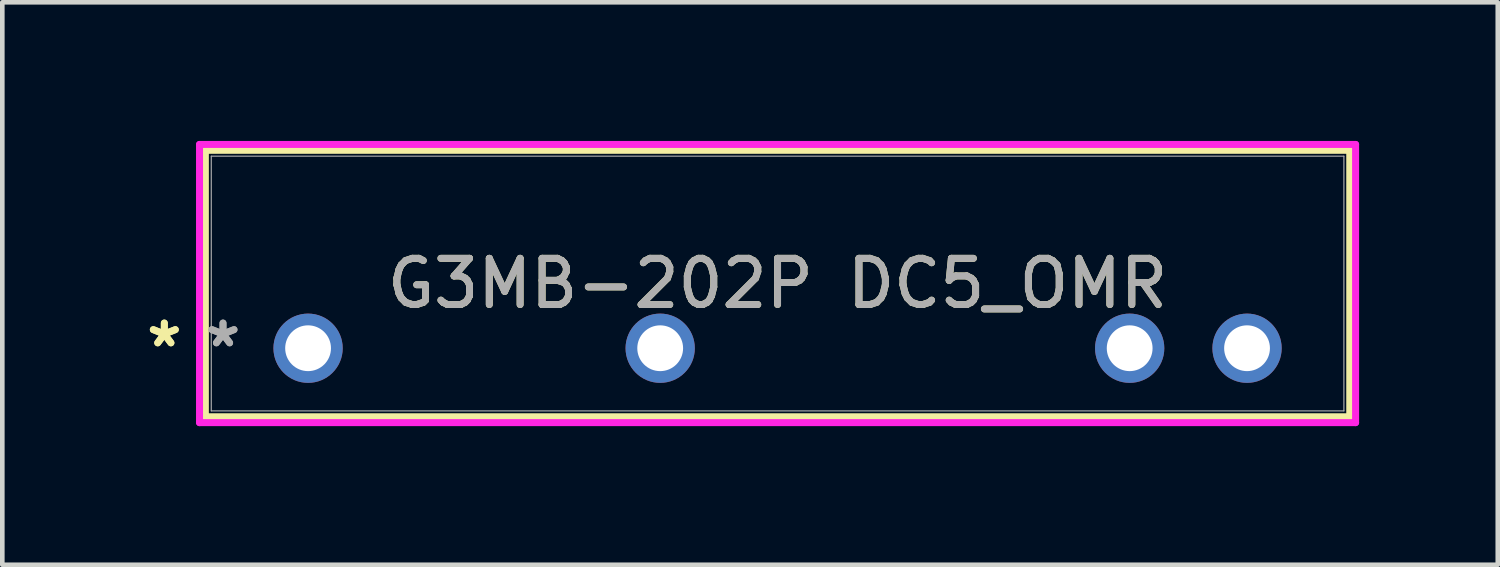
<source format=kicad_pcb>
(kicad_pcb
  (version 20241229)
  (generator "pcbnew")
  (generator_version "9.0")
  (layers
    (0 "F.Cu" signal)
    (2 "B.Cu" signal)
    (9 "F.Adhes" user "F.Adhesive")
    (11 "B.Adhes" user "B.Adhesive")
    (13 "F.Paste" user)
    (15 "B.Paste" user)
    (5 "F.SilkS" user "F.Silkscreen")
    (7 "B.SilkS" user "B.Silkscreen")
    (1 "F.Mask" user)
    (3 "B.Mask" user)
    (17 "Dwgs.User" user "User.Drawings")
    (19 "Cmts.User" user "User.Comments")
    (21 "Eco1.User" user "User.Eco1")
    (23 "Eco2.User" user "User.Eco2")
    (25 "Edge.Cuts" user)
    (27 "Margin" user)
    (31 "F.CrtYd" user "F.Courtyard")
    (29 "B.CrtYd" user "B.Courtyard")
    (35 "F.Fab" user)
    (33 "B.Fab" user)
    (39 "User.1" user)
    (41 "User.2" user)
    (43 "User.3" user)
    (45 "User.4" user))
  (footprint "G3MB-202P DC5_OMR"
    (layer "F.Cu")
    (at 3.617 4.486)
    (property "Reference" "G3MB-202P DC5_OMR" (at 10.16 -1.4 0) (unlocked yes) (layer "F.SilkS") (effects (font (size 1 1) (thickness 0.15))))
    (attr through_hole)
    (fp_line (start -2.223 -4.283) (end -2.223 1.483) (stroke (width 0.152) (type solid)) (layer "F.SilkS"))
    (fp_line (start -2.223 1.483) (end 22.543 1.483) (stroke (width 0.152) (type solid)) (layer "F.SilkS"))
    (fp_line (start 22.543 -4.283) (end -2.223 -4.283) (stroke (width 0.152) (type solid)) (layer "F.SilkS"))
    (fp_line (start 22.543 1.483) (end 22.543 -4.283) (stroke (width 0.152) (type solid)) (layer "F.SilkS"))
    (fp_line (start -2.349 -4.41) (end 22.669 -4.41) (stroke (width 0.152) (type solid)) (layer "F.CrtYd"))
    (fp_line (start -2.349 1.61) (end -2.349 -4.41) (stroke (width 0.152) (type solid)) (layer "F.CrtYd"))
    (fp_line (start 22.669 -4.41) (end 22.669 1.61) (stroke (width 0.152) (type solid)) (layer "F.CrtYd"))
    (fp_line (start 22.669 1.61) (end -2.349 1.61) (stroke (width 0.152) (type solid)) (layer "F.CrtYd"))
    (fp_line (start -2.095 -4.156) (end -2.095 1.356) (stroke (width 0.025) (type solid)) (layer "F.Fab"))
    (fp_line (start -2.095 1.356) (end 22.416 1.356) (stroke (width 0.025) (type solid)) (layer "F.Fab"))
    (fp_line (start 22.416 -4.156) (end -2.095 -4.156) (stroke (width 0.025) (type solid)) (layer "F.Fab"))
    (fp_line (start 22.416 1.356) (end 22.416 -4.156) (stroke (width 0.025) (type solid)) (layer "F.Fab"))
    (fp_text user "*" (at -3.111 0 0) (unlocked yes) (layer "F.SilkS") (effects (font (size 1 1) (thickness 0.15))))
    (fp_text user "*" (at -3.111 0 0) (layer "F.SilkS") (effects (font (size 1 1) (thickness 0.15))))
    (fp_text user "*" (at -1.841 0 0) (unlocked yes) (layer "F.Fab") (effects (font (size 1 1) (thickness 0.15))))
    (fp_text user "*" (at -1.841 0 0) (layer "F.Fab") (effects (font (size 1 1) (thickness 0.15))))
    (fp_text user "${REFERENCE}" (at 10.16 -1.4 0) (unlocked yes) (layer "F.Fab") (effects (font (size 1 1) (thickness 0.15))))
    (pad "1" thru_hole circle (at 0 0) (size 1.499 1.499) (drill 0.991) (layers "*.Cu" "*.Mask"))
    (pad "2" thru_hole circle (at 7.62 0) (size 1.499 1.499) (drill 0.991) (layers "*.Cu" "*.Mask"))
    (pad "3" thru_hole circle (at 17.78 0) (size 1.499 1.499) (drill 0.991) (layers "*.Cu" "*.Mask"))
    (pad "4" thru_hole circle (at 20.32 0) (size 1.499 1.499) (drill 0.991) (layers "*.Cu" "*.Mask")))
  (gr_rect
    (start -3 -3)
    (end 29.363 9.172)
    (stroke (width 0.1) (type default))
    (fill no)
    (layer "Edge.Cuts")))
</source>
